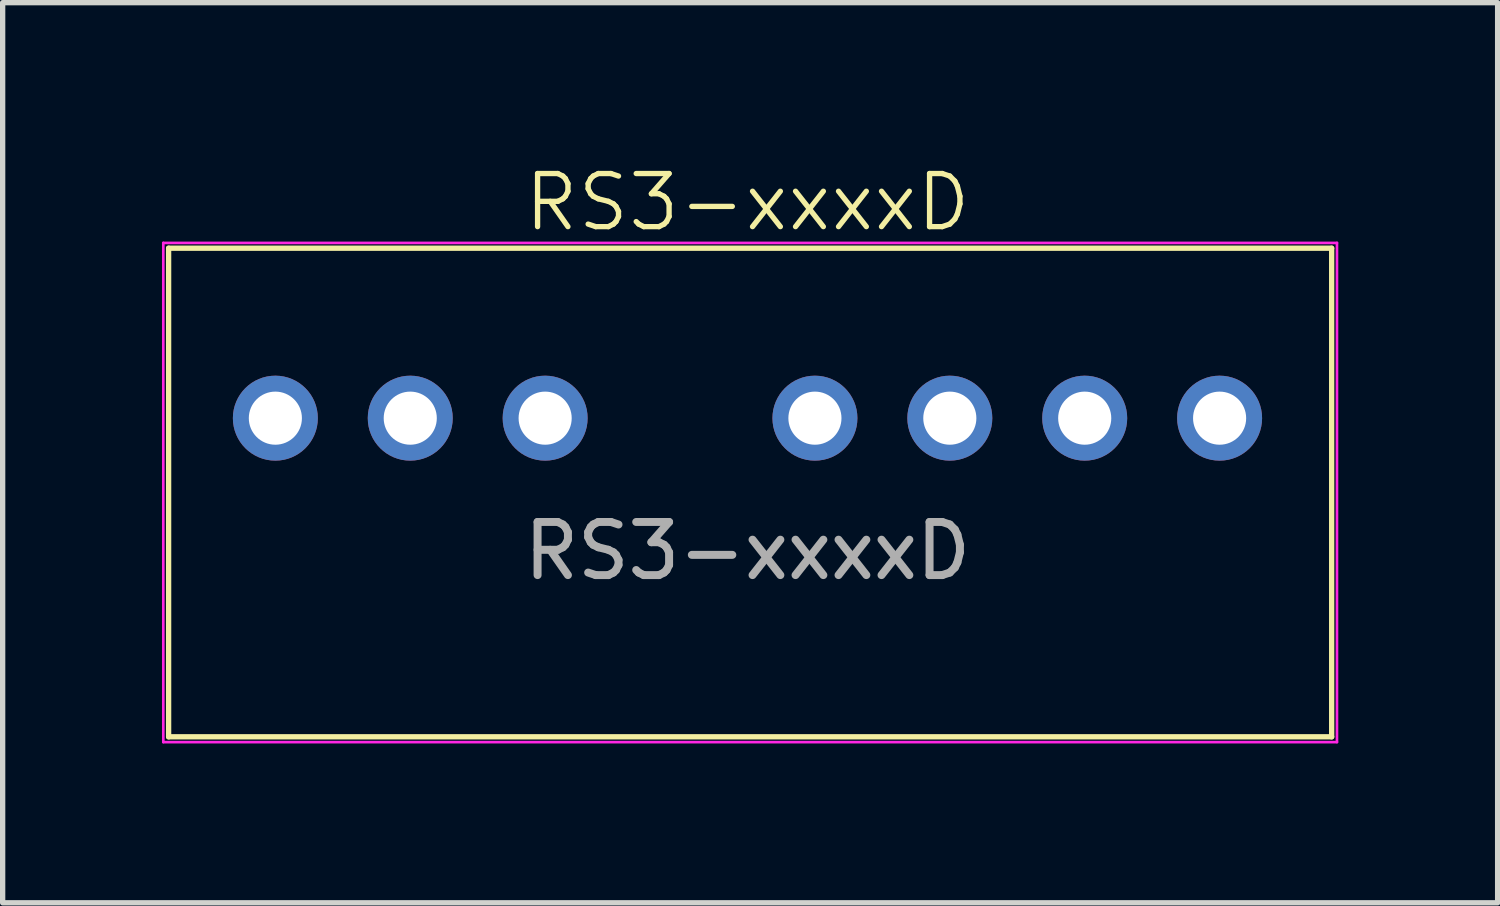
<source format=kicad_pcb>
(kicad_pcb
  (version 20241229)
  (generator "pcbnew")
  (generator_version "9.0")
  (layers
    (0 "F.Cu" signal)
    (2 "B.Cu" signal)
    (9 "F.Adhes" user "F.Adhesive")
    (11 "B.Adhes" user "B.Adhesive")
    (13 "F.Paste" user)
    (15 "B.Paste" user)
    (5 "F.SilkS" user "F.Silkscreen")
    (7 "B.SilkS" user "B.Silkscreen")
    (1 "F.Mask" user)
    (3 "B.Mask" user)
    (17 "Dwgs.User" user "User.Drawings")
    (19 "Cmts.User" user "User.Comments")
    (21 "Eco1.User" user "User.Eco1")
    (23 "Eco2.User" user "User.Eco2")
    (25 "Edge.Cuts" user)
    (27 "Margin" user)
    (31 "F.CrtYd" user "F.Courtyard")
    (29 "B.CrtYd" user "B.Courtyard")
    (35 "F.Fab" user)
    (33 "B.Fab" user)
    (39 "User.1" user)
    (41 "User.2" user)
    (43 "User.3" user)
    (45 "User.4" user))
  (footprint "RS3-xxxxD"
    (layer "F.Cu")
    (at 11.025 4.824)
    (property "Reference" "RS3-xxxxD" (at 0 -4.064 0) (unlocked yes) (layer "F.SilkS") (effects (font (size 1 1) (thickness 0.1))))
    (attr through_hole)
    (fp_line (start -10.9 -3.2) (end -10.9 6) (stroke (width 0.1) (type default)) (layer "F.SilkS"))
    (fp_line (start -10.9 -3.2) (end 11 -3.2) (stroke (width 0.1) (type default)) (layer "F.SilkS"))
    (fp_line (start -10.9 6) (end 11 6) (stroke (width 0.1) (type default)) (layer "F.SilkS"))
    (fp_line (start 11 6) (end 11 -3.2) (stroke (width 0.1) (type default)) (layer "F.SilkS"))
    (fp_line (start -11 -3.3) (end 11.1 -3.3) (stroke (width 0.05) (type default)) (layer "F.CrtYd"))
    (fp_line (start -11 6.1) (end -11 -3.3) (stroke (width 0.05) (type default)) (layer "F.CrtYd"))
    (fp_line (start 11.1 -3.3) (end 11.1 6.1) (stroke (width 0.05) (type default)) (layer "F.CrtYd"))
    (fp_line (start 11.1 6.1) (end -11 6.1) (stroke (width 0.05) (type default)) (layer "F.CrtYd"))
    (fp_text user "${REFERENCE}" (at 0 2.5 0) (unlocked yes) (layer "F.Fab") (effects (font (size 1 1) (thickness 0.15))))
    (pad "1" thru_hole circle (at -8.89 0) (size 1.6 1.6) (drill 1) (layers "*.Cu" "*.Mask"))
    (pad "2" thru_hole circle (at -6.35 0) (size 1.6 1.6) (drill 1) (layers "*.Cu" "*.Mask"))
    (pad "3" thru_hole circle (at -3.81 0) (size 1.6 1.6) (drill 1) (layers "*.Cu" "*.Mask"))
    (pad "5" thru_hole circle (at 1.27 0) (size 1.6 1.6) (drill 1) (layers "*.Cu" "*.Mask"))
    (pad "6" thru_hole circle (at 3.81 0) (size 1.6 1.6) (drill 1) (layers "*.Cu" "*.Mask"))
    (pad "7" thru_hole circle (at 6.35 0) (size 1.6 1.6) (drill 1) (layers "*.Cu" "*.Mask"))
    (pad "8" thru_hole circle (at 8.89 0) (size 1.6 1.6) (drill 1) (layers "*.Cu" "*.Mask")))
  (gr_rect
    (start -3 -3)
    (end 25.15 13.95)
    (stroke (width 0.1) (type default))
    (fill no)
    (layer "Edge.Cuts")))
</source>
